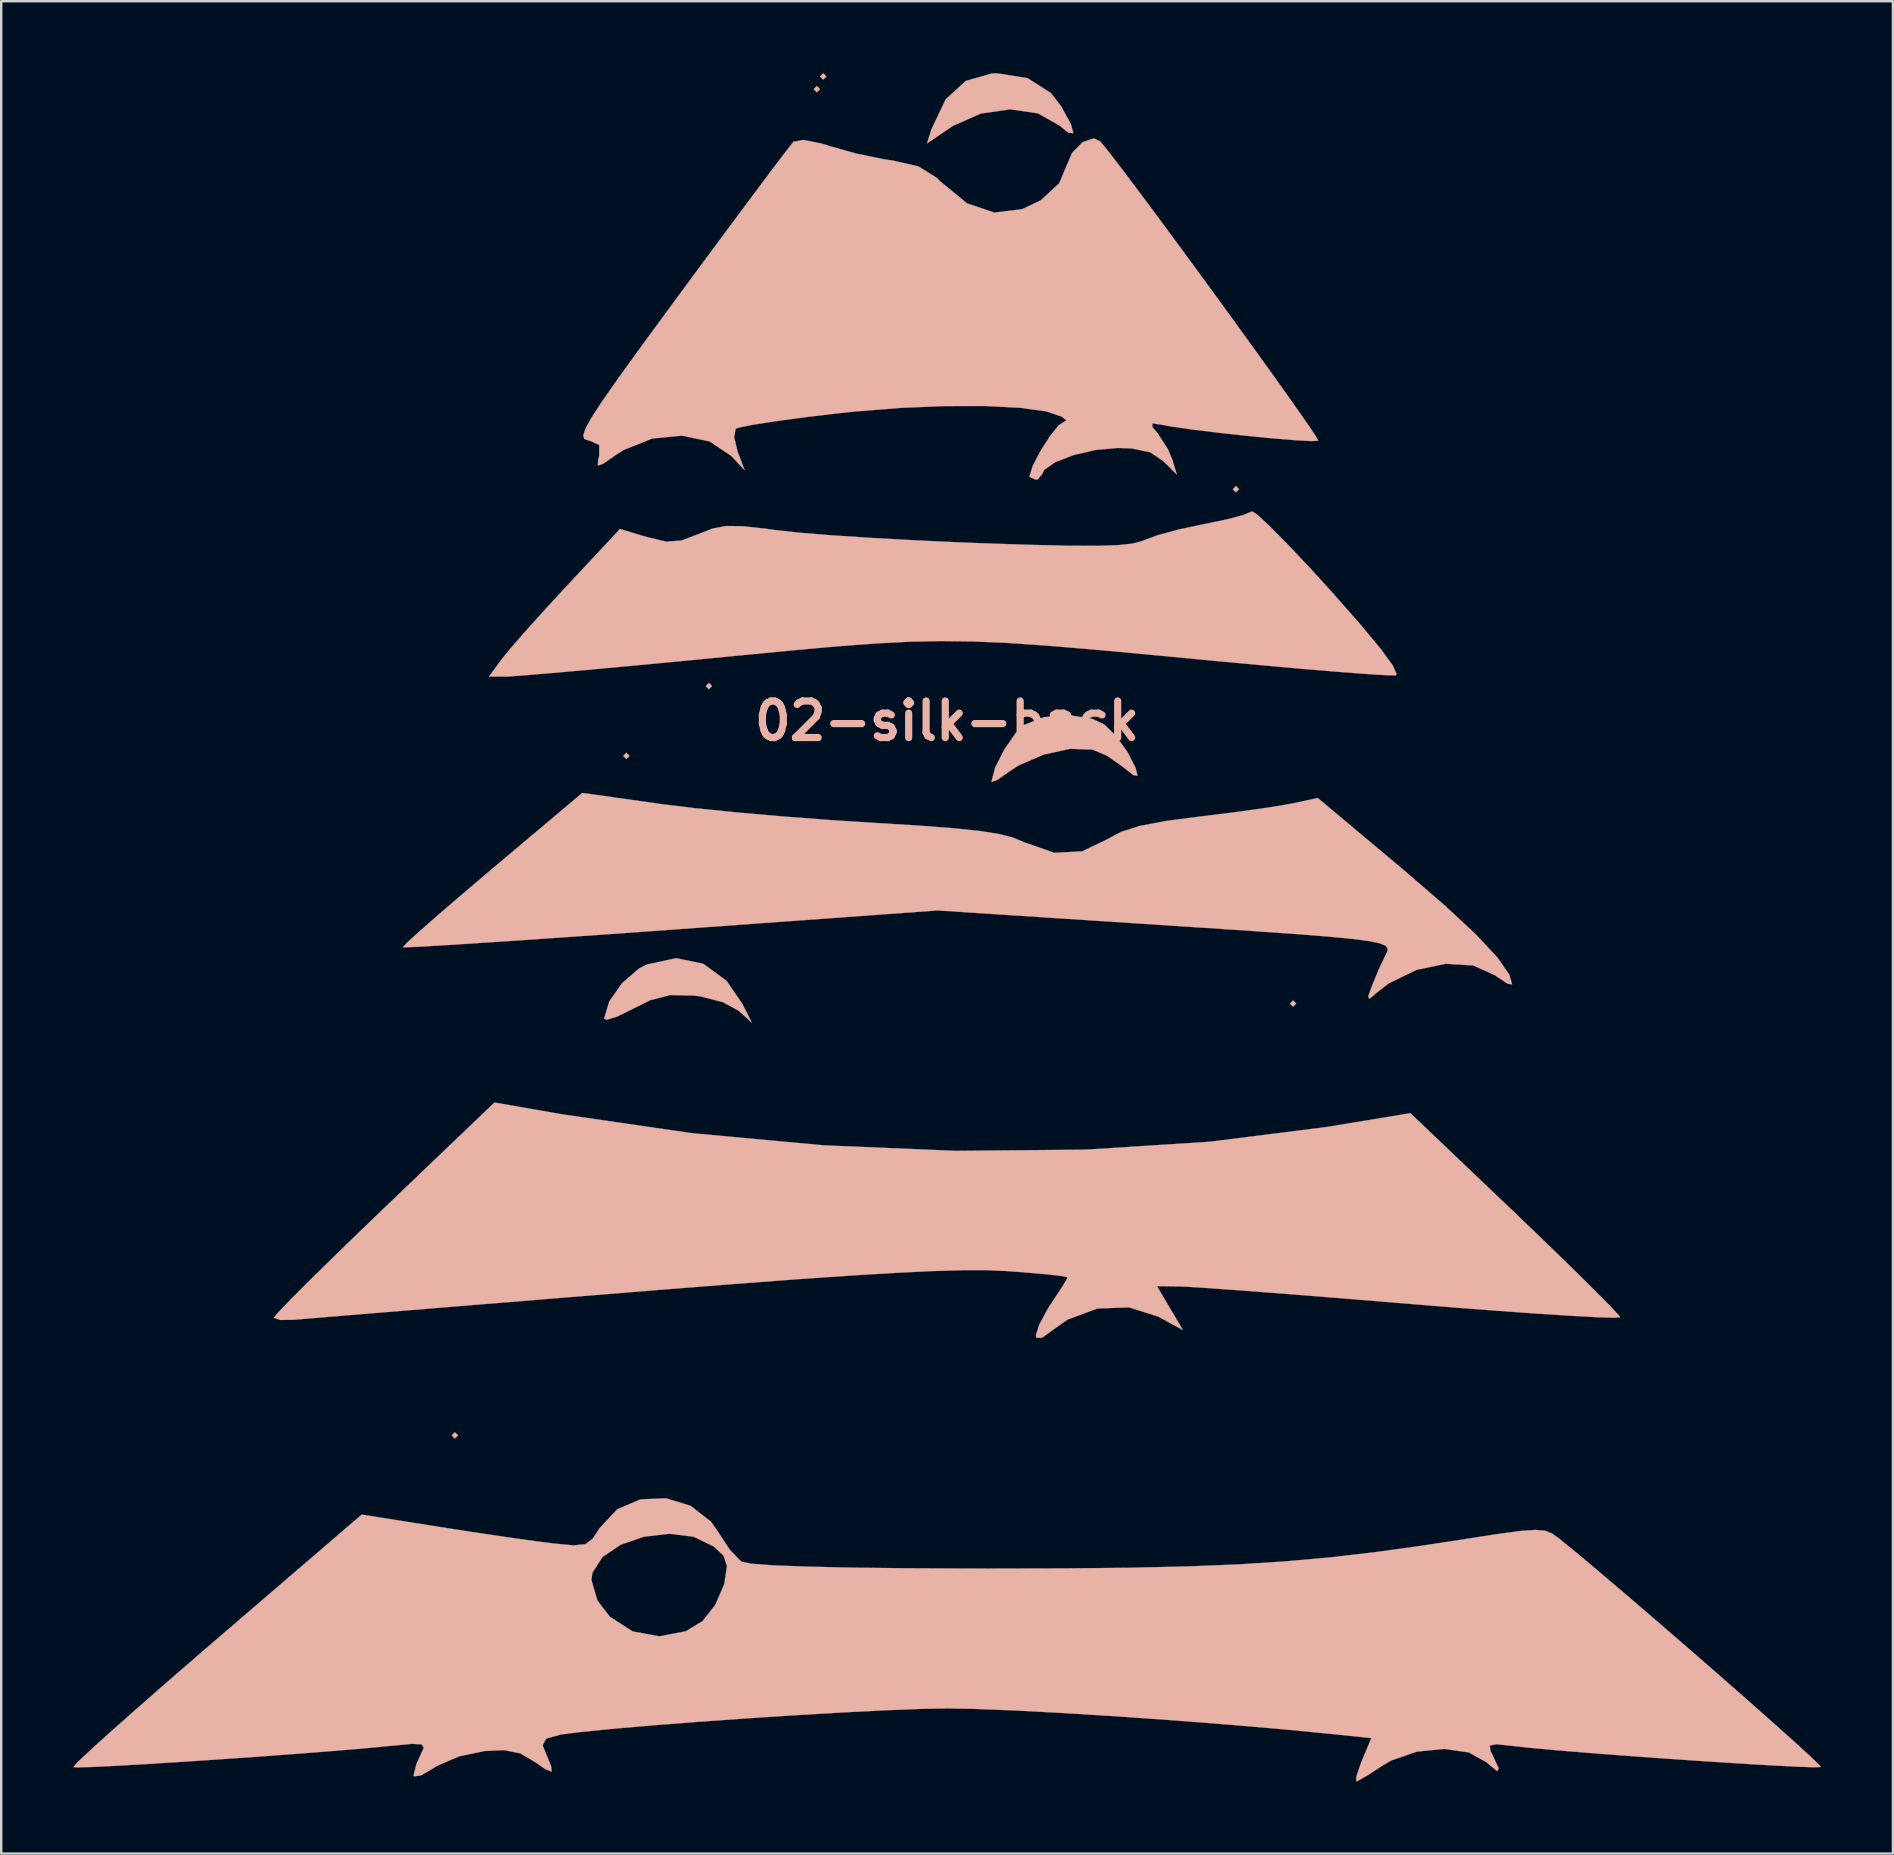
<source format=kicad_pcb>
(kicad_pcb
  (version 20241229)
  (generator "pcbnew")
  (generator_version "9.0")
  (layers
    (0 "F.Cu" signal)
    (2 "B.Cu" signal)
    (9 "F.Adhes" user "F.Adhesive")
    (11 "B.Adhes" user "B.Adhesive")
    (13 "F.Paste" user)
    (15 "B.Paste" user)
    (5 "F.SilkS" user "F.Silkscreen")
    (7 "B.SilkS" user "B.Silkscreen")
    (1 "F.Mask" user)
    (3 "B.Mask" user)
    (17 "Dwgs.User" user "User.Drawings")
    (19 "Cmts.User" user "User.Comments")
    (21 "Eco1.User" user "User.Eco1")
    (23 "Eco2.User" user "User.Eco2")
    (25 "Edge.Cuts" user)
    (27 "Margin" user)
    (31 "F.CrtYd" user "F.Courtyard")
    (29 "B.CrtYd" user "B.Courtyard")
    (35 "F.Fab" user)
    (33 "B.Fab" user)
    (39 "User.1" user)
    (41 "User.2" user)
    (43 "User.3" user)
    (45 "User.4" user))
  (footprint "02-silk-back"
    (layer "F.Cu")
    (at 36.409 26.992)
    (property "Reference" "02-silk-back" (at 0 0 0) (layer "B.SilkS") (effects (font (size 1.524 1.524) (thickness 0.3))))
    (attr through_hole)
    (fp_poly (pts (xy -20.373 29.766) (xy -20.505 29.898) (xy -20.638 29.766) (xy -20.505 29.633) (xy -20.373 29.766)) (stroke (width 0.01) (type solid)) (fill yes) (layer "B.SilkS"))
    (fp_poly (pts (xy -13.229 1.455) (xy -13.361 1.587) (xy -13.494 1.455) (xy -13.361 1.323) (xy -13.229 1.455)) (stroke (width 0.01) (type solid)) (fill yes) (layer "B.SilkS"))
    (fp_poly (pts (xy -9.79 -1.455) (xy -9.922 -1.323) (xy -10.054 -1.455) (xy -9.922 -1.587) (xy -9.79 -1.455)) (stroke (width 0.01) (type solid)) (fill yes) (layer "B.SilkS"))
    (fp_poly (pts (xy -5.292 -26.326) (xy -5.424 -26.194) (xy -5.556 -26.326) (xy -5.424 -26.458) (xy -5.292 -26.326)) (stroke (width 0.01) (type solid)) (fill yes) (layer "B.SilkS"))
    (fp_poly (pts (xy -5.027 -26.855) (xy -5.159 -26.723) (xy -5.292 -26.855) (xy -5.159 -26.988) (xy -5.027 -26.855)) (stroke (width 0.01) (type solid)) (fill yes) (layer "B.SilkS"))
    (fp_poly (pts (xy 12.171 -9.657) (xy 12.039 -9.525) (xy 11.906 -9.657) (xy 12.039 -9.79) (xy 12.171 -9.657)) (stroke (width 0.01) (type solid)) (fill yes) (layer "B.SilkS"))
    (fp_poly (pts (xy 14.552 11.774) (xy 14.42 11.906) (xy 14.287 11.774) (xy 14.42 11.642) (xy 14.552 11.774)) (stroke (width 0.01) (type solid)) (fill yes) (layer "B.SilkS"))
    (fp_poly (pts (xy 3.361 -26.785) (xy 4.327 -26.167) (xy 4.761 -25.605) (xy 5.165 -24.866) (xy 5.263 -24.493) (xy 5.057 -24.512) (xy 4.696 -24.806) (xy 3.787 -25.32) (xy 2.637 -25.487) (xy 1.402 -25.31) (xy 0.238 -24.792) (xy 0.15 -24.733) (xy -0.833 -24.067) (xy -0.643 -24.667) (xy -0.055 -25.903) (xy 0.783 -26.673) (xy 1.873 -26.981) (xy 2.082 -26.988) (xy 3.361 -26.785)) (stroke (width 0.01) (type solid)) (fill yes) (layer "B.SilkS"))
    (fp_poly (pts (xy -10.155 10.116) (xy -9.182 10.831) (xy -8.536 11.773) (xy -8.13 12.568) (xy -8.692 12.066) (xy -9.346 11.713) (xy -10.283 11.474) (xy -10.564 11.439) (xy -11.539 11.42) (xy -12.364 11.632) (xy -13.08 11.988) (xy -13.75 12.319) (xy -14.189 12.451) (xy -14.287 12.404) (xy -14.076 11.687) (xy -13.542 10.927) (xy -12.837 10.317) (xy -12.523 10.151) (xy -11.288 9.882) (xy -10.155 10.116)) (stroke (width 0.01) (type solid)) (fill yes) (layer "B.SilkS"))
    (fp_poly (pts (xy 6.066 -0.085) (xy 6.557 0.148) (xy 7.043 0.627) (xy 7.523 1.301) (xy 7.86 1.958) (xy 7.938 2.282) (xy 7.774 2.261) (xy 7.378 1.95) (xy 7.342 1.918) (xy 6.667 1.446) (xy 6.055 1.19) (xy 5.128 1.159) (xy 4.024 1.4) (xy 2.979 1.851) (xy 2.548 2.137) (xy 2.084 2.461) (xy 1.857 2.539) (xy 1.852 2.524) (xy 2.009 1.933) (xy 2.392 1.181) (xy 2.869 0.496) (xy 3.206 0.167) (xy 4.038 -0.162) (xy 5.076 -0.247) (xy 6.066 -0.085)) (stroke (width 0.01) (type solid)) (fill yes) (layer "B.SilkS"))
    (fp_poly (pts (xy -11.898 3.462) (xy -10.548 3.628) (xy -8.825 3.803) (xy -6.886 3.974) (xy -4.887 4.126) (xy -3.175 4.236) (xy -1.237 4.354) (xy 0.248 4.466) (xy 1.358 4.581) (xy 2.167 4.709) (xy 2.754 4.859) (xy 3.193 5.042) (xy 3.211 5.051) (xy 4.47 5.494) (xy 5.637 5.429) (xy 6.655 4.94) (xy 7.248 4.621) (xy 8.03 4.372) (xy 9.12 4.165) (xy 10.463 3.99) (xy 11.768 3.83) (xy 12.988 3.664) (xy 13.96 3.514) (xy 14.405 3.432) (xy 15.449 3.208) (xy 19.036 6.216) (xy 20.756 7.699) (xy 22.051 8.907) (xy 22.936 9.857) (xy 23.428 10.566) (xy 23.548 10.974) (xy 23.37 10.952) (xy 22.933 10.666) (xy 22.851 10.603) (xy 21.927 10.186) (xy 20.776 10.117) (xy 19.551 10.373) (xy 18.404 10.934) (xy 17.921 11.308) (xy 17.595 11.579) (xy 17.551 11.476) (xy 17.714 11.016) (xy 18.015 10.292) (xy 18.259 9.784) (xy 18.341 9.619) (xy 18.362 9.482) (xy 18.275 9.365) (xy 18.033 9.264) (xy 17.589 9.17) (xy 16.896 9.08) (xy 15.908 8.985) (xy 14.577 8.88) (xy 12.857 8.76) (xy 10.7 8.616) (xy 8.202 8.453) (xy -0.397 7.894) (xy -11.5 8.697) (xy -13.866 8.867) (xy -16.063 9.02) (xy -18.037 9.155) (xy -19.732 9.267) (xy -21.092 9.353) (xy -22.065 9.409) (xy -22.593 9.431) (xy -22.675 9.428) (xy -22.506 9.244) (xy -21.992 8.774) (xy -21.195 8.074) (xy -20.175 7.197) (xy -18.996 6.196) (xy -18.972 6.176) (xy -15.197 2.997) (xy -11.898 3.462)) (stroke (width 0.01) (type solid)) (fill yes) (layer "B.SilkS"))
    (fp_poly (pts (xy 12.91 -8.613) (xy 13.411 -8.152) (xy 14.145 -7.411) (xy 15.054 -6.45) (xy 15.962 -5.457) (xy 17.181 -4.076) (xy 18.057 -3.022) (xy 18.579 -2.308) (xy 18.737 -1.946) (xy 18.698 -1.903) (xy 18.339 -1.906) (xy 17.526 -1.956) (xy 16.331 -2.046) (xy 14.826 -2.171) (xy 13.083 -2.326) (xy 11.175 -2.503) (xy 11.07 -2.513) (xy 8.364 -2.771) (xy 6.099 -2.979) (xy 4.189 -3.138) (xy 2.55 -3.25) (xy 1.094 -3.314) (xy -0.263 -3.331) (xy -1.608 -3.302) (xy -3.025 -3.228) (xy -4.601 -3.108) (xy -6.422 -2.945) (xy -8.572 -2.738) (xy -9.293 -2.668) (xy -11.373 -2.467) (xy -13.309 -2.285) (xy -15.032 -2.126) (xy -16.472 -1.998) (xy -17.559 -1.907) (xy -18.223 -1.858) (xy -18.373 -1.852) (xy -19.086 -1.852) (xy -18.549 -2.58) (xy -18.157 -3.06) (xy -17.495 -3.817) (xy -16.66 -4.743) (xy -15.819 -5.653) (xy -13.626 -8) (xy -12.504 -7.663) (xy -11.698 -7.474) (xy -11.065 -7.519) (xy -10.345 -7.793) (xy -9.767 -8.02) (xy -9.208 -8.125) (xy -8.506 -8.117) (xy -7.496 -8.004) (xy -7.102 -7.95) (xy -6.182 -7.849) (xy -4.845 -7.74) (xy -3.203 -7.632) (xy -1.369 -7.53) (xy 0.545 -7.442) (xy 1.309 -7.412) (xy 3.403 -7.342) (xy 5.03 -7.304) (xy 6.254 -7.299) (xy 7.134 -7.328) (xy 7.735 -7.392) (xy 8.117 -7.493) (xy 8.189 -7.525) (xy 8.792 -7.746) (xy 9.714 -7.993) (xy 10.716 -8.205) (xy 11.647 -8.398) (xy 12.355 -8.585) (xy 12.694 -8.729) (xy 12.7 -8.737) (xy 12.91 -8.613)) (stroke (width 0.01) (type solid)) (fill yes) (layer "B.SilkS"))
    (fp_poly (pts (xy -15.977 16.398) (xy -10.61 17.177) (xy -5.122 17.682) (xy 0.374 17.911) (xy 5.766 17.861) (xy 10.94 17.532) (xy 15.784 16.921) (xy 15.938 16.896) (xy 19.308 16.341) (xy 23.677 20.506) (xy 24.927 21.705) (xy 26.037 22.784) (xy 26.954 23.69) (xy 27.624 24.368) (xy 27.992 24.765) (xy 28.046 24.844) (xy 27.793 24.864) (xy 27.074 24.842) (xy 25.951 24.781) (xy 24.485 24.686) (xy 22.739 24.561) (xy 20.773 24.409) (xy 19.381 24.295) (xy 17.248 24.12) (xy 15.245 23.959) (xy 13.444 23.818) (xy 11.915 23.703) (xy 10.73 23.619) (xy 9.96 23.57) (xy 9.732 23.561) (xy 8.749 23.548) (xy 9.828 25.377) (xy 8.812 24.82) (xy 7.587 24.432) (xy 6.265 24.48) (xy 5.018 24.944) (xy 4.499 25.307) (xy 3.962 25.698) (xy 3.725 25.7) (xy 3.704 25.593) (xy 3.845 25.15) (xy 4.198 24.494) (xy 4.366 24.235) (xy 4.764 23.63) (xy 5 23.241) (xy 5.027 23.177) (xy 4.782 23.125) (xy 4.122 23.052) (xy 3.159 22.969) (xy 2.447 22.917) (xy 1.656 22.885) (xy 0.657 22.885) (xy -0.591 22.92) (xy -2.133 22.994) (xy -4.013 23.107) (xy -6.274 23.263) (xy -8.96 23.465) (xy -12.115 23.714) (xy -13.229 23.804) (xy -15.837 24.015) (xy -18.306 24.217) (xy -20.582 24.402) (xy -22.611 24.568) (xy -24.338 24.71) (xy -25.708 24.823) (xy -26.666 24.903) (xy -27.159 24.945) (xy -27.186 24.948) (xy -27.77 24.958) (xy -28.043 24.873) (xy -28.046 24.86) (xy -27.863 24.637) (xy -27.348 24.103) (xy -26.555 23.308) (xy -25.535 22.306) (xy -24.342 21.149) (xy -23.452 20.294) (xy -18.857 15.897) (xy -15.977 16.398)) (stroke (width 0.01) (type solid)) (fill yes) (layer "B.SilkS"))
    (fp_poly (pts (xy 6.372 -24.161) (xy 6.656 -23.822) (xy 7.182 -23.142) (xy 7.903 -22.186) (xy 8.772 -21.019) (xy 9.741 -19.706) (xy 10.764 -18.31) (xy 11.793 -16.898) (xy 12.781 -15.532) (xy 13.682 -14.279) (xy 14.447 -13.202) (xy 15.031 -12.367) (xy 15.385 -11.838) (xy 15.47 -11.678) (xy 15.182 -11.663) (xy 14.492 -11.701) (xy 13.525 -11.782) (xy 12.404 -11.891) (xy 11.254 -12.018) (xy 10.197 -12.148) (xy 9.358 -12.269) (xy 9.003 -12.334) (xy 8.554 -12.404) (xy 8.557 -12.252) (xy 8.773 -11.992) (xy 9.201 -11.333) (xy 9.388 -10.888) (xy 9.577 -10.267) (xy 9.022 -10.822) (xy 8.472 -11.195) (xy 7.692 -11.358) (xy 7.118 -11.377) (xy 6.196 -11.294) (xy 5.279 -11.081) (xy 4.513 -10.786) (xy 4.045 -10.462) (xy 3.969 -10.289) (xy 3.767 -10.061) (xy 3.704 -10.054) (xy 3.447 -10.164) (xy 3.44 -10.197) (xy 3.57 -10.626) (xy 3.889 -11.241) (xy 4.286 -11.864) (xy 4.65 -12.317) (xy 4.834 -12.439) (xy 4.975 -12.526) (xy 4.781 -12.683) (xy 4.131 -12.902) (xy 3.045 -13.05) (xy 1.613 -13.124) (xy -0.077 -13.123) (xy -1.935 -13.047) (xy -3.873 -12.893) (xy -4.52 -12.824) (xy -5.938 -12.654) (xy -7.169 -12.487) (xy -8.118 -12.338) (xy -8.689 -12.222) (xy -8.807 -12.178) (xy -8.869 -11.827) (xy -8.73 -11.238) (xy -8.724 -11.222) (xy -8.432 -10.451) (xy -8.986 -11.043) (xy -9.89 -11.648) (xy -11.037 -11.89) (xy -12.285 -11.77) (xy -13.489 -11.285) (xy -13.79 -11.09) (xy -14.332 -10.715) (xy -14.548 -10.642) (xy -14.539 -10.864) (xy -14.492 -11.049) (xy -14.491 -11.499) (xy -14.892 -11.683) (xy -14.958 -11.693) (xy -15.112 -11.75) (xy -15.157 -11.9) (xy -15.063 -12.186) (xy -14.802 -12.656) (xy -14.346 -13.354) (xy -13.666 -14.325) (xy -12.734 -15.615) (xy -11.521 -17.27) (xy -11.107 -17.832) (xy -9.946 -19.405) (xy -8.88 -20.843) (xy -7.951 -22.09) (xy -7.202 -23.09) (xy -6.674 -23.785) (xy -6.411 -24.12) (xy -6.396 -24.137) (xy -5.982 -24.212) (xy -5.2 -24.054) (xy -4.86 -23.946) (xy -3.771 -23.64) (xy -2.603 -23.401) (xy -2.261 -23.352) (xy -1.194 -23.111) (xy -0.431 -22.634) (xy -0.276 -22.479) (xy 0.834 -21.569) (xy 1.966 -21.185) (xy 3.132 -21.326) (xy 3.909 -21.697) (xy 4.677 -22.409) (xy 4.936 -23.028) (xy 5.208 -23.664) (xy 5.649 -24.118) (xy 6.117 -24.275) (xy 6.372 -24.161)) (stroke (width 0.01) (type solid)) (fill yes) (layer "B.SilkS"))
    (fp_poly (pts (xy -10.68 32.703) (xy -9.824 33.373) (xy -9.495 33.853) (xy -9.056 34.523) (xy -8.606 34.993) (xy -8.538 35.038) (xy -8.134 35.116) (xy -7.226 35.182) (xy -5.835 35.235) (xy -3.986 35.276) (xy -1.703 35.303) (xy 0.992 35.315) (xy 1.72 35.316) (xy 4.905 35.309) (xy 7.65 35.281) (xy 10.042 35.226) (xy 12.169 35.14) (xy 14.119 35.015) (xy 15.981 34.848) (xy 17.843 34.632) (xy 19.793 34.362) (xy 21.499 34.101) (xy 22.886 33.885) (xy 23.851 33.753) (xy 24.493 33.705) (xy 24.912 33.738) (xy 25.207 33.852) (xy 25.479 34.045) (xy 25.481 34.047) (xy 26.175 34.611) (xy 27.11 35.394) (xy 28.226 36.343) (xy 29.462 37.404) (xy 30.758 38.524) (xy 32.052 39.651) (xy 33.283 40.731) (xy 34.39 41.71) (xy 35.312 42.536) (xy 35.989 43.155) (xy 36.359 43.515) (xy 36.41 43.583) (xy 36.129 43.595) (xy 35.408 43.57) (xy 34.334 43.515) (xy 32.996 43.436) (xy 31.481 43.339) (xy 29.876 43.229) (xy 28.269 43.113) (xy 26.748 42.997) (xy 25.4 42.886) (xy 24.312 42.787) (xy 23.595 42.708) (xy 22.897 42.634) (xy 22.616 42.689) (xy 22.648 42.919) (xy 22.735 43.091) (xy 22.987 43.639) (xy 22.929 43.761) (xy 22.557 43.458) (xy 22.49 43.392) (xy 21.742 42.977) (xy 20.714 42.83) (xy 19.578 42.943) (xy 18.508 43.313) (xy 18.149 43.524) (xy 17.535 43.924) (xy 17.124 44.159) (xy 17.05 44.185) (xy 17.06 43.972) (xy 17.239 43.443) (xy 17.303 43.283) (xy 17.681 42.38) (xy 16.183 42.224) (xy 14.118 42.023) (xy 11.849 41.827) (xy 9.481 41.643) (xy 7.121 41.477) (xy 4.876 41.337) (xy 2.85 41.23) (xy 1.15 41.163) (xy 0 41.143) (xy -1.125 41.164) (xy -2.636 41.224) (xy -4.432 41.316) (xy -6.407 41.432) (xy -8.457 41.566) (xy -10.48 41.71) (xy -12.371 41.857) (xy -14.026 42.001) (xy -15.342 42.134) (xy -16.096 42.231) (xy -16.702 42.399) (xy -16.846 42.671) (xy -16.823 42.746) (xy -16.584 43.337) (xy -16.493 43.564) (xy -16.471 43.78) (xy -16.746 43.669) (xy -17.135 43.396) (xy -17.778 43.016) (xy -18.463 42.881) (xy -19.262 42.917) (xy -20.337 43.142) (xy -21.267 43.547) (xy -21.397 43.632) (xy -21.916 43.935) (xy -22.204 43.973) (xy -22.225 43.921) (xy -22.108 43.463) (xy -21.936 43.081) (xy -21.804 42.783) (xy -21.889 42.64) (xy -22.29 42.62) (xy -23.109 42.695) (xy -23.192 42.704) (xy -24.194 42.8) (xy -25.489 42.909) (xy -26.994 43.027) (xy -28.623 43.147) (xy -30.291 43.264) (xy -31.915 43.372) (xy -33.408 43.465) (xy -34.687 43.538) (xy -35.666 43.585) (xy -36.261 43.6) (xy -36.404 43.588) (xy -36.238 43.396) (xy -35.718 42.904) (xy -34.89 42.154) (xy -33.804 41.19) (xy -32.507 40.054) (xy -31.047 38.789) (xy -30.449 38.274) (xy -27.555 35.788) (xy -14.817 35.788) (xy -14.566 36.651) (xy -14.043 37.327) (xy -13.097 37.935) (xy -11.989 38.139) (xy -10.892 37.931) (xy -10.187 37.505) (xy -9.658 36.833) (xy -9.294 35.995) (xy -9.274 35.915) (xy -9.169 35.22) (xy -9.307 34.783) (xy -9.72 34.394) (xy -10.557 33.989) (xy -11.567 33.865) (xy -12.622 33.987) (xy -13.593 34.321) (xy -14.352 34.83) (xy -14.772 35.481) (xy -14.817 35.788) (xy -27.555 35.788) (xy -24.387 33.067) (xy -21.123 33.585) (xy -19.705 33.804) (xy -18.325 34.009) (xy -17.149 34.175) (xy -16.404 34.27) (xy -15.562 34.349) (xy -15.072 34.302) (xy -14.76 34.07) (xy -14.475 33.63) (xy -13.742 32.845) (xy -12.775 32.433) (xy -11.709 32.387) (xy -10.68 32.703)) (stroke (width 0.01) (type solid)) (fill yes) (layer "B.SilkS")))
  (gr_rect
    (start -3 -3)
    (end 75.823 74.183)
    (stroke (width 0.1) (type default))
    (fill no)
    (layer "Edge.Cuts")))
</source>
